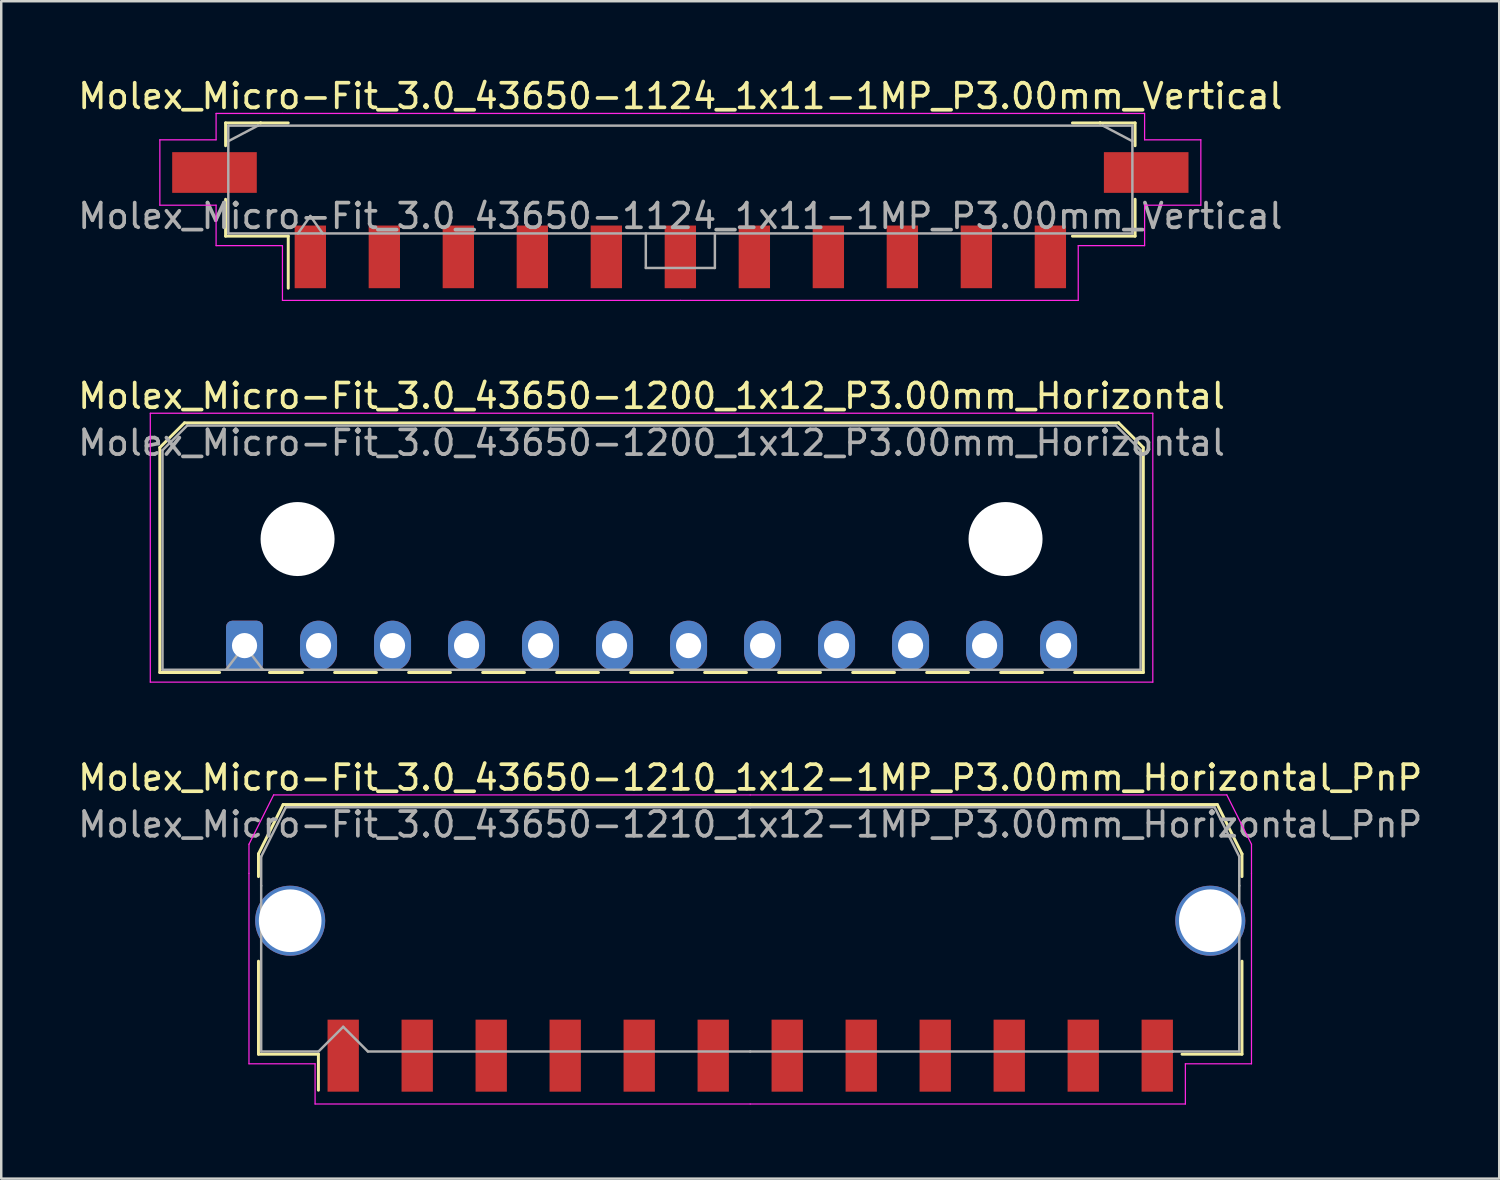
<source format=kicad_pcb>
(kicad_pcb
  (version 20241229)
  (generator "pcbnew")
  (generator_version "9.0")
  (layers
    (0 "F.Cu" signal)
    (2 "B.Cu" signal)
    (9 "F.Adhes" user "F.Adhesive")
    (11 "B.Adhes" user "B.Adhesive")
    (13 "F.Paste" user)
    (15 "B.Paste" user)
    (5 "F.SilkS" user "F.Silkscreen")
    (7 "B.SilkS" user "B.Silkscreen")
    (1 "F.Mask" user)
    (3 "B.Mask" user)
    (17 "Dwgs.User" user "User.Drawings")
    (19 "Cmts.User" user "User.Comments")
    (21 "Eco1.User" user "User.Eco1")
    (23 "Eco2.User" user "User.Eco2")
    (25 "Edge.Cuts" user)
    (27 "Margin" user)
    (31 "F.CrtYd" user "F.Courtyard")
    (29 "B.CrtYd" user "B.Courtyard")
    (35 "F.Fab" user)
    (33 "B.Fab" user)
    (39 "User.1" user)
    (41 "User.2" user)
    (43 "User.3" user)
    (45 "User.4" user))
  (footprint "Molex_Micro-Fit_3.0_43650-1124_1x11-1MP_P3.00mm_Vertical"
    (layer "F.Cu")
    (at 24.53 4.228)
    (property "Reference" "Molex_Micro-Fit_3.0_43650-1124_1x11-1MP_P3.00mm_Vertical" (at 0 -3.38 0) (layer "F.SilkS") (effects (font (size 1 1) (thickness 0.15))))
    (attr smd)
    (fp_line (start -18.435 -2.295) (end -17.015 -2.295) (stroke (width 0.12) (type solid)) (layer "F.SilkS"))
    (fp_line (start -18.435 -1.37) (end -18.435 -2.295) (stroke (width 0.12) (type solid)) (layer "F.SilkS"))
    (fp_line (start -18.435 0.8) (end -18.435 2.295) (stroke (width 0.12) (type solid)) (layer "F.SilkS"))
    (fp_line (start -18.435 2.295) (end -15.895 2.295) (stroke (width 0.12) (type solid)) (layer "F.SilkS"))
    (fp_line (start -17.015 -2.295) (end -17.015 -2.295) (stroke (width 0.12) (type solid)) (layer "F.SilkS"))
    (fp_line (start -17.015 -2.295) (end -15.895 -2.295) (stroke (width 0.12) (type solid)) (layer "F.SilkS"))
    (fp_line (start -15.895 2.295) (end -15.895 4.405) (stroke (width 0.12) (type solid)) (layer "F.SilkS"))
    (fp_line (start 17.015 -2.295) (end 15.895 -2.295) (stroke (width 0.12) (type solid)) (layer "F.SilkS"))
    (fp_line (start 17.015 -2.295) (end 17.015 -2.295) (stroke (width 0.12) (type solid)) (layer "F.SilkS"))
    (fp_line (start 18.435 -2.295) (end 17.015 -2.295) (stroke (width 0.12) (type solid)) (layer "F.SilkS"))
    (fp_line (start 18.435 -1.37) (end 18.435 -2.295) (stroke (width 0.12) (type solid)) (layer "F.SilkS"))
    (fp_line (start 18.435 0.8) (end 18.435 2.295) (stroke (width 0.12) (type solid)) (layer "F.SilkS"))
    (fp_line (start 18.435 2.295) (end 15.895 2.295) (stroke (width 0.12) (type solid)) (layer "F.SilkS"))
    (fp_line (start -21.1 -1.61) (end -21.1 1.04) (stroke (width 0.05) (type solid)) (layer "F.CrtYd"))
    (fp_line (start -21.1 1.04) (end -18.82 1.04) (stroke (width 0.05) (type solid)) (layer "F.CrtYd"))
    (fp_line (start -18.82 -2.68) (end -18.82 -1.61) (stroke (width 0.05) (type solid)) (layer "F.CrtYd"))
    (fp_line (start -18.82 -1.61) (end -21.1 -1.61) (stroke (width 0.05) (type solid)) (layer "F.CrtYd"))
    (fp_line (start -18.82 1.04) (end -18.82 2.68) (stroke (width 0.05) (type solid)) (layer "F.CrtYd"))
    (fp_line (start -18.82 2.68) (end -16.13 2.68) (stroke (width 0.05) (type solid)) (layer "F.CrtYd"))
    (fp_line (start -16.13 -2.68) (end -18.82 -2.68) (stroke (width 0.05) (type solid)) (layer "F.CrtYd"))
    (fp_line (start -16.13 2.68) (end -16.13 4.9) (stroke (width 0.05) (type solid)) (layer "F.CrtYd"))
    (fp_line (start -16.13 4.9) (end 0 4.9) (stroke (width 0.05) (type solid)) (layer "F.CrtYd"))
    (fp_line (start 0 -2.68) (end -16.13 -2.68) (stroke (width 0.05) (type solid)) (layer "F.CrtYd"))
    (fp_line (start 0 -2.68) (end 16.13 -2.68) (stroke (width 0.05) (type solid)) (layer "F.CrtYd"))
    (fp_line (start 16.13 -2.68) (end 18.82 -2.68) (stroke (width 0.05) (type solid)) (layer "F.CrtYd"))
    (fp_line (start 16.13 2.68) (end 16.13 4.9) (stroke (width 0.05) (type solid)) (layer "F.CrtYd"))
    (fp_line (start 16.13 4.9) (end 0 4.9) (stroke (width 0.05) (type solid)) (layer "F.CrtYd"))
    (fp_line (start 18.82 -2.68) (end 18.82 -1.61) (stroke (width 0.05) (type solid)) (layer "F.CrtYd"))
    (fp_line (start 18.82 -1.61) (end 21.1 -1.61) (stroke (width 0.05) (type solid)) (layer "F.CrtYd"))
    (fp_line (start 18.82 1.04) (end 18.82 2.68) (stroke (width 0.05) (type solid)) (layer "F.CrtYd"))
    (fp_line (start 18.82 2.68) (end 16.13 2.68) (stroke (width 0.05) (type solid)) (layer "F.CrtYd"))
    (fp_line (start 21.1 -1.61) (end 21.1 1.04) (stroke (width 0.05) (type solid)) (layer "F.CrtYd"))
    (fp_line (start 21.1 1.04) (end 18.82 1.04) (stroke (width 0.05) (type solid)) (layer "F.CrtYd"))
    (fp_line (start -18.325 -2.185) (end -18.325 2.185) (stroke (width 0.1) (type solid)) (layer "F.Fab"))
    (fp_line (start -18.325 -1.555) (end -17.125 -2.185) (stroke (width 0.1) (type solid)) (layer "F.Fab"))
    (fp_line (start -18.325 2.185) (end 18.325 2.185) (stroke (width 0.1) (type solid)) (layer "F.Fab"))
    (fp_line (start -17.125 -2.185) (end -18.325 -2.185) (stroke (width 0.1) (type solid)) (layer "F.Fab"))
    (fp_line (start -17.125 -2.185) (end -17.125 -2.185) (stroke (width 0.1) (type solid)) (layer "F.Fab"))
    (fp_line (start -15.5 2.185) (end -15 1.478) (stroke (width 0.1) (type solid)) (layer "F.Fab"))
    (fp_line (start -15 1.478) (end -14.5 2.185) (stroke (width 0.1) (type solid)) (layer "F.Fab"))
    (fp_line (start -1.4 2.185) (end -1.4 3.585) (stroke (width 0.1) (type solid)) (layer "F.Fab"))
    (fp_line (start -1.4 3.585) (end 1.4 3.585) (stroke (width 0.1) (type solid)) (layer "F.Fab"))
    (fp_line (start 1.4 3.585) (end 1.4 2.185) (stroke (width 0.1) (type solid)) (layer "F.Fab"))
    (fp_line (start 17.125 -2.185) (end -17.125 -2.185) (stroke (width 0.1) (type solid)) (layer "F.Fab"))
    (fp_line (start 17.125 -2.185) (end 17.125 -2.185) (stroke (width 0.1) (type solid)) (layer "F.Fab"))
    (fp_line (start 18.325 -2.185) (end 17.125 -2.185) (stroke (width 0.1) (type solid)) (layer "F.Fab"))
    (fp_line (start 18.325 -1.555) (end 17.125 -2.185) (stroke (width 0.1) (type solid)) (layer "F.Fab"))
    (fp_line (start 18.325 2.185) (end 18.325 -2.185) (stroke (width 0.1) (type solid)) (layer "F.Fab"))
    (fp_text user "${REFERENCE}" (at 0 1.48 0) (layer "F.Fab") (effects (font (size 1 1) (thickness 0.15))))
    (pad "1" smd rect (at -15 3.135) (size 1.27 2.54) (layers "F.Cu" "F.Mask" "F.Paste"))
    (pad "2" smd rect (at -12 3.135) (size 1.27 2.54) (layers "F.Cu" "F.Mask" "F.Paste"))
    (pad "3" smd rect (at -9 3.135) (size 1.27 2.54) (layers "F.Cu" "F.Mask" "F.Paste"))
    (pad "4" smd rect (at -6 3.135) (size 1.27 2.54) (layers "F.Cu" "F.Mask" "F.Paste"))
    (pad "5" smd rect (at -3 3.135) (size 1.27 2.54) (layers "F.Cu" "F.Mask" "F.Paste"))
    (pad "6" smd rect (at 0 3.135) (size 1.27 2.54) (layers "F.Cu" "F.Mask" "F.Paste"))
    (pad "7" smd rect (at 3 3.135) (size 1.27 2.54) (layers "F.Cu" "F.Mask" "F.Paste"))
    (pad "8" smd rect (at 6 3.135) (size 1.27 2.54) (layers "F.Cu" "F.Mask" "F.Paste"))
    (pad "9" smd rect (at 9 3.135) (size 1.27 2.54) (layers "F.Cu" "F.Mask" "F.Paste"))
    (pad "10" smd rect (at 12 3.135) (size 1.27 2.54) (layers "F.Cu" "F.Mask" "F.Paste"))
    (pad "11" smd rect (at 15 3.135) (size 1.27 2.54) (layers "F.Cu" "F.Mask" "F.Paste"))
    (pad "MP" smd rect (at -18.885 -0.285) (size 3.43 1.65) (layers "F.Cu" "F.Mask" "F.Paste"))
    (pad "MP" smd rect (at 18.885 -0.285) (size 3.43 1.65) (layers "F.Cu" "F.Mask" "F.Paste")))
  (footprint "Molex_Micro-Fit_3.0_43650-1210_1x12-1MP_P3.00mm_Horizontal_PnP"
    (layer "F.Cu")
    (at 27.363 34.625)
    (property "Reference" "Molex_Micro-Fit_3.0_43650-1210_1x12-1MP_P3.00mm_Horizontal_PnP" (at 0 -6.15 0) (layer "F.SilkS") (effects (font (size 1 1) (thickness 0.15))))
    (attr smd)
    (fp_line (start -19.935 -3.06) (end -19.935 -2.14) (stroke (width 0.12) (type solid)) (layer "F.SilkS"))
    (fp_line (start -19.935 1.29) (end -19.935 5.06) (stroke (width 0.12) (type solid)) (layer "F.SilkS"))
    (fp_line (start -19.935 5.06) (end -17.505 5.06) (stroke (width 0.12) (type solid)) (layer "F.SilkS"))
    (fp_line (start -18.935 -5.06) (end -19.935 -3.06) (stroke (width 0.12) (type solid)) (layer "F.SilkS"))
    (fp_line (start -17.505 5.06) (end -17.505 6.52) (stroke (width 0.12) (type solid)) (layer "F.SilkS"))
    (fp_line (start 0 -5.06) (end -18.935 -5.06) (stroke (width 0.12) (type solid)) (layer "F.SilkS"))
    (fp_line (start 0 -5.06) (end 18.935 -5.06) (stroke (width 0.12) (type solid)) (layer "F.SilkS"))
    (fp_line (start 18.935 -5.06) (end 19.935 -3.06) (stroke (width 0.12) (type solid)) (layer "F.SilkS"))
    (fp_line (start 19.935 -3.06) (end 19.935 -2.14) (stroke (width 0.12) (type solid)) (layer "F.SilkS"))
    (fp_line (start 19.935 1.29) (end 19.935 5.06) (stroke (width 0.12) (type solid)) (layer "F.SilkS"))
    (fp_line (start 19.935 5.06) (end 17.505 5.06) (stroke (width 0.12) (type solid)) (layer "F.SilkS"))
    (fp_line (start -20.32 -3.45) (end -20.32 -2.27) (stroke (width 0.05) (type solid)) (layer "F.CrtYd"))
    (fp_line (start -20.32 -2.27) (end -20.32 5.45) (stroke (width 0.05) (type solid)) (layer "F.CrtYd"))
    (fp_line (start -20.32 5.45) (end -17.64 5.45) (stroke (width 0.05) (type solid)) (layer "F.CrtYd"))
    (fp_line (start -19.32 -5.45) (end -20.32 -3.45) (stroke (width 0.05) (type solid)) (layer "F.CrtYd"))
    (fp_line (start -17.64 5.45) (end -17.64 7.08) (stroke (width 0.05) (type solid)) (layer "F.CrtYd"))
    (fp_line (start -17.64 7.08) (end 0 7.08) (stroke (width 0.05) (type solid)) (layer "F.CrtYd"))
    (fp_line (start 0 -5.45) (end -19.32 -5.45) (stroke (width 0.05) (type solid)) (layer "F.CrtYd"))
    (fp_line (start 0 -5.45) (end 19.32 -5.45) (stroke (width 0.05) (type solid)) (layer "F.CrtYd"))
    (fp_line (start 17.64 5.45) (end 17.64 7.08) (stroke (width 0.05) (type solid)) (layer "F.CrtYd"))
    (fp_line (start 17.64 7.08) (end 0 7.08) (stroke (width 0.05) (type solid)) (layer "F.CrtYd"))
    (fp_line (start 19.32 -5.45) (end 20.32 -3.45) (stroke (width 0.05) (type solid)) (layer "F.CrtYd"))
    (fp_line (start 20.32 -3.45) (end 20.32 -2.27) (stroke (width 0.05) (type solid)) (layer "F.CrtYd"))
    (fp_line (start 20.32 -2.27) (end 20.32 5.45) (stroke (width 0.05) (type solid)) (layer "F.CrtYd"))
    (fp_line (start 20.32 5.45) (end 17.64 5.45) (stroke (width 0.05) (type solid)) (layer "F.CrtYd"))
    (fp_line (start -19.825 -2.95) (end -19.825 -1.77) (stroke (width 0.1) (type solid)) (layer "F.Fab"))
    (fp_line (start -19.825 -1.77) (end -19.825 4.95) (stroke (width 0.1) (type solid)) (layer "F.Fab"))
    (fp_line (start -19.825 4.95) (end -17.5 4.95) (stroke (width 0.1) (type solid)) (layer "F.Fab"))
    (fp_line (start -18.825 -4.95) (end -19.825 -2.95) (stroke (width 0.1) (type solid)) (layer "F.Fab"))
    (fp_line (start -17.5 4.95) (end -16.5 3.95) (stroke (width 0.1) (type solid)) (layer "F.Fab"))
    (fp_line (start -16.5 3.95) (end -15.5 4.95) (stroke (width 0.1) (type solid)) (layer "F.Fab"))
    (fp_line (start -15.5 4.95) (end 0 4.95) (stroke (width 0.1) (type solid)) (layer "F.Fab"))
    (fp_line (start 0 -4.95) (end -18.825 -4.95) (stroke (width 0.1) (type solid)) (layer "F.Fab"))
    (fp_line (start 0 -4.95) (end 18.825 -4.95) (stroke (width 0.1) (type solid)) (layer "F.Fab"))
    (fp_line (start 17.135 4.95) (end 0 4.95) (stroke (width 0.1) (type solid)) (layer "F.Fab"))
    (fp_line (start 18.825 -4.95) (end 19.825 -2.95) (stroke (width 0.1) (type solid)) (layer "F.Fab"))
    (fp_line (start 19.825 -2.95) (end 19.825 -1.77) (stroke (width 0.1) (type solid)) (layer "F.Fab"))
    (fp_line (start 19.825 -1.77) (end 19.825 4.95) (stroke (width 0.1) (type solid)) (layer "F.Fab"))
    (fp_line (start 19.825 4.95) (end 17.135 4.95) (stroke (width 0.1) (type solid)) (layer "F.Fab"))
    (fp_text user "${REFERENCE}" (at 0 -4.25 0) (layer "F.Fab") (effects (font (size 1 1) (thickness 0.15))))
    (pad "1" smd rect (at -16.5 5.12) (size 1.27 2.92) (layers "F.Cu" "F.Mask" "F.Paste"))
    (pad "2" smd rect (at -13.5 5.12) (size 1.27 2.92) (layers "F.Cu" "F.Mask" "F.Paste"))
    (pad "3" smd rect (at -10.5 5.12) (size 1.27 2.92) (layers "F.Cu" "F.Mask" "F.Paste"))
    (pad "4" smd rect (at -7.5 5.12) (size 1.27 2.92) (layers "F.Cu" "F.Mask" "F.Paste"))
    (pad "5" smd rect (at -4.5 5.12) (size 1.27 2.92) (layers "F.Cu" "F.Mask" "F.Paste"))
    (pad "6" smd rect (at -1.5 5.12) (size 1.27 2.92) (layers "F.Cu" "F.Mask" "F.Paste"))
    (pad "7" smd rect (at 1.5 5.12) (size 1.27 2.92) (layers "F.Cu" "F.Mask" "F.Paste"))
    (pad "8" smd rect (at 4.5 5.12) (size 1.27 2.92) (layers "F.Cu" "F.Mask" "F.Paste"))
    (pad "9" smd rect (at 7.5 5.12) (size 1.27 2.92) (layers "F.Cu" "F.Mask" "F.Paste"))
    (pad "10" smd rect (at 10.5 5.12) (size 1.27 2.92) (layers "F.Cu" "F.Mask" "F.Paste"))
    (pad "11" smd rect (at 13.5 5.12) (size 1.27 2.92) (layers "F.Cu" "F.Mask" "F.Paste"))
    (pad "12" smd rect (at 16.5 5.12) (size 1.27 2.92) (layers "F.Cu" "F.Mask" "F.Paste"))
    (pad "MP" thru_hole circle (at -18.65 -0.35) (size 2.84 2.84) (drill 2.54) (layers "*.Cu" "*.Mask"))
    (pad "MP" thru_hole circle (at 18.65 -0.35) (size 2.84 2.84) (drill 2.54) (layers "*.Cu" "*.Mask")))
  (footprint "Molex_Micro-Fit_3.0_43650-1200_1x12_P3.00mm_Horizontal"
    (layer "F.Cu")
    (at 6.863 23.122)
    (property "Reference" "Molex_Micro-Fit_3.0_43650-1200_1x12_P3.00mm_Horizontal" (at 16.5 -10.12 0) (layer "F.SilkS") (effects (font (size 1 1) (thickness 0.15))))
    (attr through_hole)
    (fp_line (start -3.435 -8.03) (end -2.435 -9.03) (stroke (width 0.12) (type solid)) (layer "F.SilkS"))
    (fp_line (start -3.435 1.09) (end -3.435 -8.03) (stroke (width 0.12) (type solid)) (layer "F.SilkS"))
    (fp_line (start -3.435 1.09) (end -1.01 1.09) (stroke (width 0.12) (type solid)) (layer "F.SilkS"))
    (fp_line (start -2.435 -9.03) (end 35.435 -9.03) (stroke (width 0.12) (type solid)) (layer "F.SilkS"))
    (fp_line (start 1.01 1.09) (end 2.348 1.09) (stroke (width 0.12) (type solid)) (layer "F.SilkS"))
    (fp_line (start 3.652 1.09) (end 5.348 1.09) (stroke (width 0.12) (type solid)) (layer "F.SilkS"))
    (fp_line (start 6.652 1.09) (end 8.348 1.09) (stroke (width 0.12) (type solid)) (layer "F.SilkS"))
    (fp_line (start 9.652 1.09) (end 11.348 1.09) (stroke (width 0.12) (type solid)) (layer "F.SilkS"))
    (fp_line (start 12.652 1.09) (end 14.348 1.09) (stroke (width 0.12) (type solid)) (layer "F.SilkS"))
    (fp_line (start 15.652 1.09) (end 17.348 1.09) (stroke (width 0.12) (type solid)) (layer "F.SilkS"))
    (fp_line (start 18.652 1.09) (end 20.348 1.09) (stroke (width 0.12) (type solid)) (layer "F.SilkS"))
    (fp_line (start 21.652 1.09) (end 23.348 1.09) (stroke (width 0.12) (type solid)) (layer "F.SilkS"))
    (fp_line (start 24.652 1.09) (end 26.348 1.09) (stroke (width 0.12) (type solid)) (layer "F.SilkS"))
    (fp_line (start 27.652 1.09) (end 29.348 1.09) (stroke (width 0.12) (type solid)) (layer "F.SilkS"))
    (fp_line (start 30.652 1.09) (end 32.348 1.09) (stroke (width 0.12) (type solid)) (layer "F.SilkS"))
    (fp_line (start 35.435 -9.03) (end 36.435 -8.03) (stroke (width 0.12) (type solid)) (layer "F.SilkS"))
    (fp_line (start 36.435 -8.03) (end 36.435 1.09) (stroke (width 0.12) (type solid)) (layer "F.SilkS"))
    (fp_line (start 36.435 1.09) (end 33.652 1.09) (stroke (width 0.12) (type solid)) (layer "F.SilkS"))
    (fp_line (start -3.82 -9.42) (end 36.82 -9.42) (stroke (width 0.05) (type solid)) (layer "F.CrtYd"))
    (fp_line (start -3.82 1.48) (end -3.82 -9.42) (stroke (width 0.05) (type solid)) (layer "F.CrtYd"))
    (fp_line (start 36.82 -9.42) (end 36.82 1.48) (stroke (width 0.05) (type solid)) (layer "F.CrtYd"))
    (fp_line (start 36.82 1.48) (end -3.82 1.48) (stroke (width 0.05) (type solid)) (layer "F.CrtYd"))
    (fp_line (start -3.325 -7.92) (end -2.325 -8.92) (stroke (width 0.1) (type solid)) (layer "F.Fab"))
    (fp_line (start -3.325 0.98) (end -3.325 -7.92) (stroke (width 0.1) (type solid)) (layer "F.Fab"))
    (fp_line (start -2.325 -8.92) (end 35.325 -8.92) (stroke (width 0.1) (type solid)) (layer "F.Fab"))
    (fp_line (start -0.75 0.98) (end 0 0) (stroke (width 0.1) (type solid)) (layer "F.Fab"))
    (fp_line (start 0 0) (end 0.75 0.98) (stroke (width 0.1) (type solid)) (layer "F.Fab"))
    (fp_line (start 35.325 -8.92) (end 36.325 -7.92) (stroke (width 0.1) (type solid)) (layer "F.Fab"))
    (fp_line (start 36.325 -7.92) (end 36.325 0.98) (stroke (width 0.1) (type solid)) (layer "F.Fab"))
    (fp_line (start 36.325 0.98) (end -3.325 0.98) (stroke (width 0.1) (type solid)) (layer "F.Fab"))
    (fp_text user "${REFERENCE}" (at 16.5 -8.22 0) (layer "F.Fab") (effects (font (size 1 1) (thickness 0.15))))
    (pad "" np_thru_hole circle (at 2.15 -4.32) (size 3 3) (drill 3) (layers "*.Cu" "*.Mask"))
    (pad "" np_thru_hole circle (at 30.85 -4.32) (size 3 3) (drill 3) (layers "*.Cu" "*.Mask"))
    (pad "1" thru_hole roundrect (at 0 0) (size 1.5 2.02) (drill 1.02) (layers "*.Cu" "*.Mask") (roundrect_rratio 0.167))
    (pad "2" thru_hole oval (at 3 0) (size 1.5 2.02) (drill 1.02) (layers "*.Cu" "*.Mask"))
    (pad "3" thru_hole oval (at 6 0) (size 1.5 2.02) (drill 1.02) (layers "*.Cu" "*.Mask"))
    (pad "4" thru_hole oval (at 9 0) (size 1.5 2.02) (drill 1.02) (layers "*.Cu" "*.Mask"))
    (pad "5" thru_hole oval (at 12 0) (size 1.5 2.02) (drill 1.02) (layers "*.Cu" "*.Mask"))
    (pad "6" thru_hole oval (at 15 0) (size 1.5 2.02) (drill 1.02) (layers "*.Cu" "*.Mask"))
    (pad "7" thru_hole oval (at 18 0) (size 1.5 2.02) (drill 1.02) (layers "*.Cu" "*.Mask"))
    (pad "8" thru_hole oval (at 21 0) (size 1.5 2.02) (drill 1.02) (layers "*.Cu" "*.Mask"))
    (pad "9" thru_hole oval (at 24 0) (size 1.5 2.02) (drill 1.02) (layers "*.Cu" "*.Mask"))
    (pad "10" thru_hole oval (at 27 0) (size 1.5 2.02) (drill 1.02) (layers "*.Cu" "*.Mask"))
    (pad "11" thru_hole oval (at 30 0) (size 1.5 2.02) (drill 1.02) (layers "*.Cu" "*.Mask"))
    (pad "12" thru_hole oval (at 33 0) (size 1.5 2.02) (drill 1.02) (layers "*.Cu" "*.Mask")))
  (gr_rect
    (start -3 -3)
    (end 57.726 44.73)
    (stroke (width 0.1) (type default))
    (fill no)
    (layer "Edge.Cuts")))
</source>
